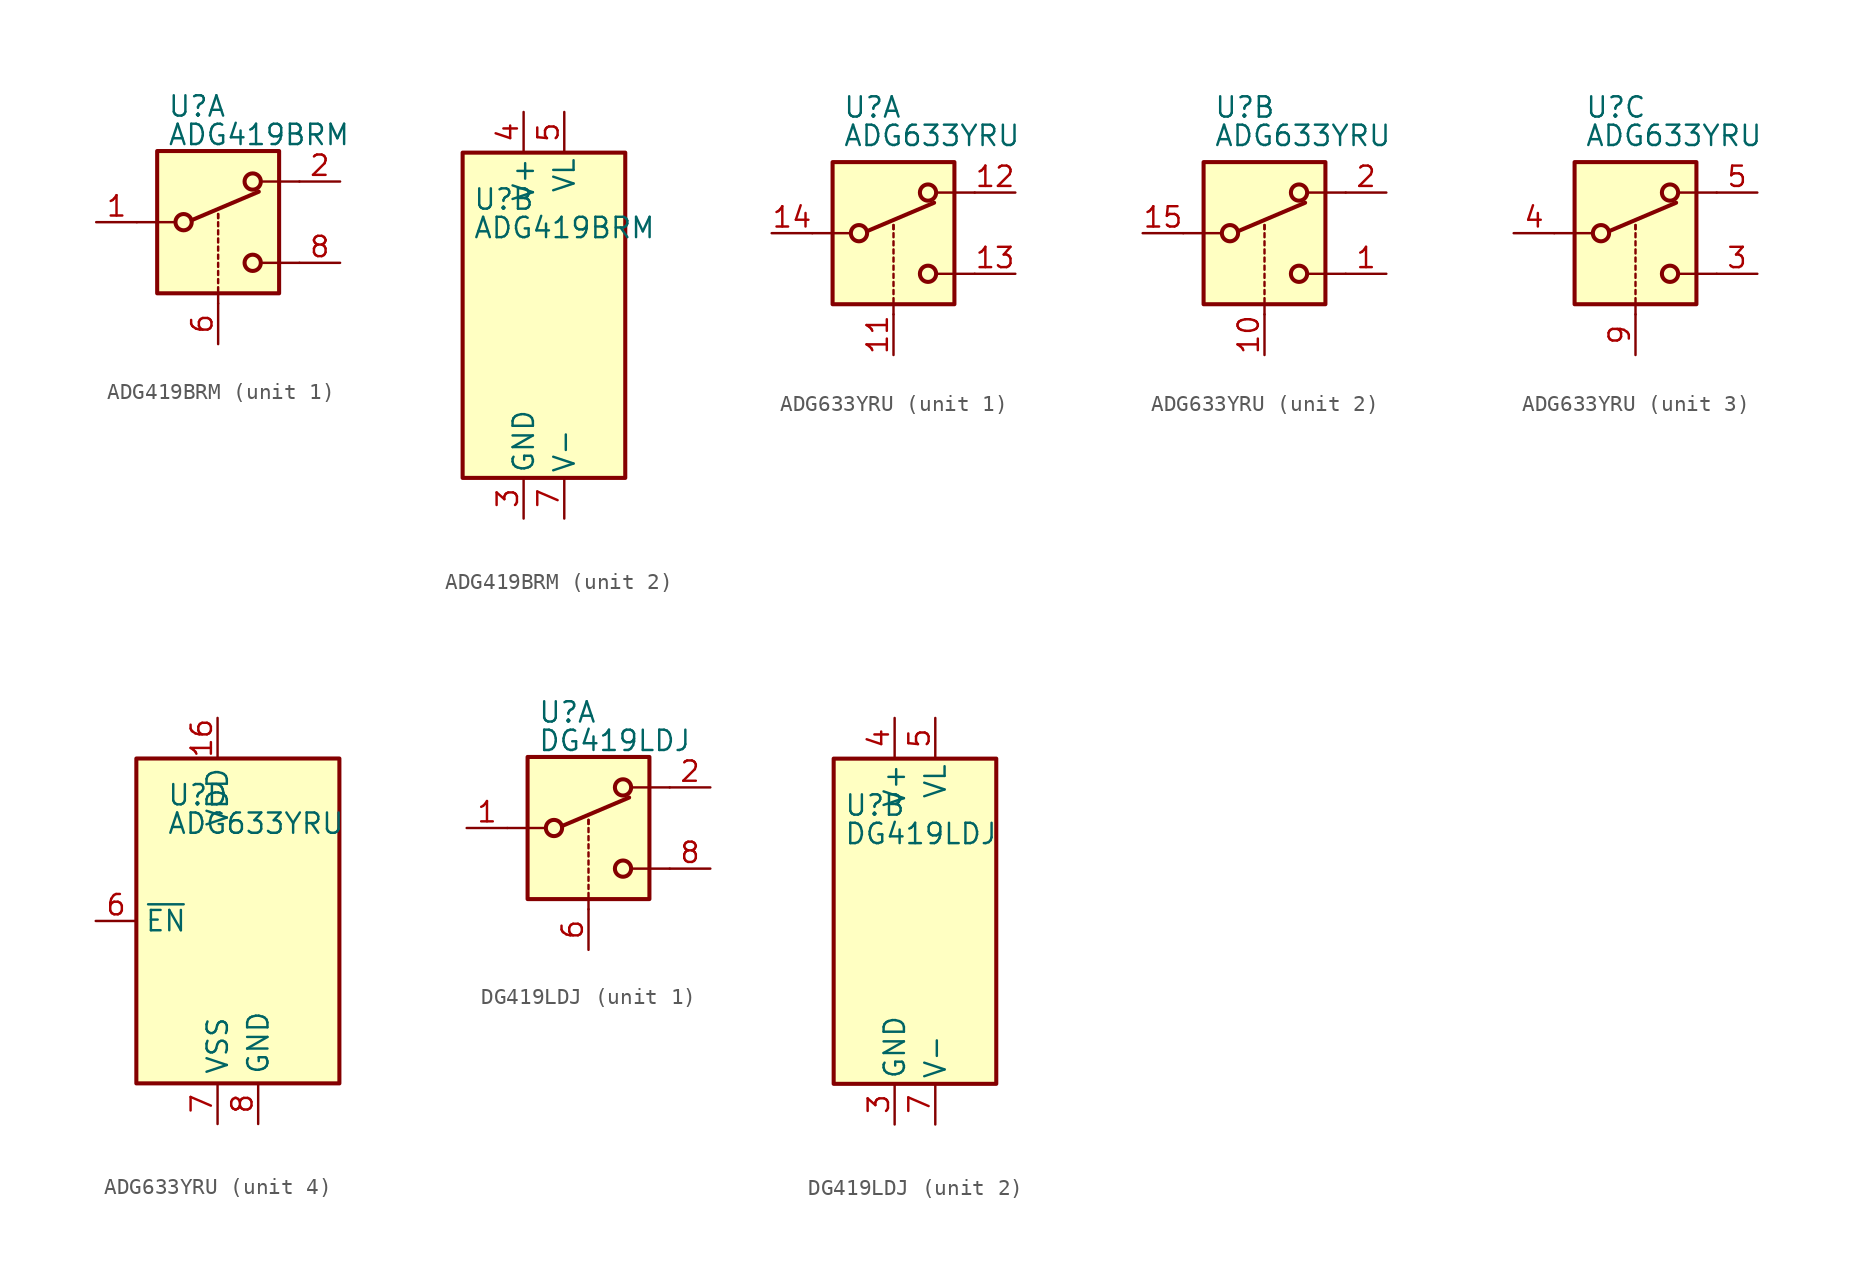
<source format=kicad_sym>
(kicad_symbol_lib
  (version 20231120)
  (generator "kicad_symbol_editor")
  (generator_version "8.0")
  (symbol "ADG419BRM"
    (pin_names
      (offset 0.254))
    (property "Reference" "U"
      (at -3.175 7.239 0)
      (effects (font (size 1.27 1.27)) (justify left)))
    (property "Value" "ADG419BRM"
      (at -3.175 5.461 0)
      (effects (font (size 1.27 1.27)) (justify left)))
    (symbol "ADG419BRM_1_1"
      (rectangle (start -3.81 4.445) (end 3.81 -4.445) (stroke (width 0.254) (type default)) (fill (type background)))
      (circle (center -2.159 0) (radius 0.508) (stroke (width 0.254) (type default)) (fill (type none)))
      (polyline (pts (xy -5.08 0) (xy -2.794 0)) (stroke (width 0) (type default)) (fill (type none)))
      (polyline (pts (xy -1.651 0.127) (xy 2.54 1.905)) (stroke (width 0.254) (type default)) (fill (type none)))
      (polyline (pts (xy 0 -5.08) (xy 0 -4.572)) (stroke (width 0) (type default)) (fill (type none)))
      (polyline (pts (xy 0 -4.318) (xy 0 -4.064)) (stroke (width 0) (type default)) (fill (type none)))
      (polyline (pts (xy 0 -3.81) (xy 0 -3.556)) (stroke (width 0) (type default)) (fill (type none)))
      (polyline (pts (xy 0 -3.302) (xy 0 -3.048)) (stroke (width 0) (type default)) (fill (type none)))
      (polyline (pts (xy 0 -2.794) (xy 0 -2.54)) (stroke (width 0) (type default)) (fill (type none)))
      (polyline (pts (xy 0 -2.286) (xy 0 -2.032)) (stroke (width 0) (type default)) (fill (type none)))
      (polyline (pts (xy 0 -1.778) (xy 0 -1.524)) (stroke (width 0) (type default)) (fill (type none)))
      (polyline (pts (xy 0 -1.27) (xy 0 -1.016)) (stroke (width 0) (type default)) (fill (type none)))
      (polyline (pts (xy 0 -0.762) (xy 0 -0.508)) (stroke (width 0) (type default)) (fill (type none)))
      (polyline (pts (xy 0 -0.254) (xy 0 0)) (stroke (width 0) (type default)) (fill (type none)))
      (polyline (pts (xy 0 0.254) (xy 0 0.508)) (stroke (width 0) (type default)) (fill (type none)))
      (polyline (pts (xy 0 0.254) (xy 0 0.508)) (stroke (width 0) (type default)) (fill (type none)))
      (polyline (pts (xy 5.08 -2.54) (xy 2.794 -2.54)) (stroke (width 0) (type default)) (fill (type none)))
      (polyline (pts (xy 5.08 2.54) (xy 2.794 2.54)) (stroke (width 0) (type default)) (fill (type none)))
      (circle (center 2.159 -2.54) (radius 0.508) (stroke (width 0.254) (type default)) (fill (type none)))
      (circle (center 2.159 2.54) (radius 0.508) (stroke (width 0.254) (type default)) (fill (type none)))
      (pin passive line (at -7.62 0 0) (length 2.54) (name "~" (effects (font (size 1.27 1.27)))) (number "1" (effects (font (size 1.27 1.27)))))
      (pin passive line (at 7.62 2.54 180) (length 2.54) (name "~" (effects (font (size 1.27 1.27)))) (number "2" (effects (font (size 1.27 1.27)))))
      (pin input line (at 0 -7.62 90) (length 2.54) (name "~" (effects (font (size 1.27 1.27)))) (number "6" (effects (font (size 1.27 1.27)))))
      (pin passive line (at 7.62 -2.54 180) (length 2.54) (name "~" (effects (font (size 1.27 1.27)))) (number "8" (effects (font (size 1.27 1.27))))))
    (symbol "ADG419BRM_2_0"
      (pin power_in line (at 0 -12.7 90) (length 2.54) (name "GND" (effects (font (size 1.27 1.27)))) (number "3" (effects (font (size 1.27 1.27)))))
      (pin power_in line (at 0 12.7 270) (length 2.54) (name "V+" (effects (font (size 1.27 1.27)))) (number "4" (effects (font (size 1.27 1.27)))))
      (pin power_in line (at 2.54 12.7 270) (length 2.54) (name "VL" (effects (font (size 1.27 1.27)))) (number "5" (effects (font (size 1.27 1.27)))))
      (pin power_in line (at 2.54 -12.7 90) (length 2.54) (name "V-" (effects (font (size 1.27 1.27)))) (number "7" (effects (font (size 1.27 1.27))))))
    (symbol "ADG419BRM_2_1"
      (rectangle (start -3.81 10.16) (end 6.35 -10.16) (stroke (width 0.254) (type default)) (fill (type background)))))
  (symbol "ADG633YRU"
    (property "Reference" "U"
      (at -3.175 7.874 0)
      (effects (font (size 1.27 1.27)) (justify left)))
    (property "Value" "ADG633YRU"
      (at -3.175 6.096 0)
      (effects (font (size 1.27 1.27)) (justify left)))
    (symbol "ADG633YRU_1_1"
      (rectangle (start -3.81 4.445) (end 3.81 -4.445) (stroke (width 0.254) (type default)) (fill (type background)))
      (circle (center -2.159 0) (radius 0.508) (stroke (width 0.254) (type default)) (fill (type none)))
      (polyline (pts (xy -5.08 0) (xy -2.794 0)) (stroke (width 0) (type default)) (fill (type none)))
      (polyline (pts (xy -1.651 0.127) (xy 2.54 1.905)) (stroke (width 0.254) (type default)) (fill (type none)))
      (polyline (pts (xy 0 -5.08) (xy 0 -4.572)) (stroke (width 0) (type default)) (fill (type none)))
      (polyline (pts (xy 0 -4.318) (xy 0 -4.064)) (stroke (width 0) (type default)) (fill (type none)))
      (polyline (pts (xy 0 -3.81) (xy 0 -3.556)) (stroke (width 0) (type default)) (fill (type none)))
      (polyline (pts (xy 0 -3.302) (xy 0 -3.048)) (stroke (width 0) (type default)) (fill (type none)))
      (polyline (pts (xy 0 -2.794) (xy 0 -2.54)) (stroke (width 0) (type default)) (fill (type none)))
      (polyline (pts (xy 0 -2.286) (xy 0 -2.032)) (stroke (width 0) (type default)) (fill (type none)))
      (polyline (pts (xy 0 -1.778) (xy 0 -1.524)) (stroke (width 0) (type default)) (fill (type none)))
      (polyline (pts (xy 0 -1.27) (xy 0 -1.016)) (stroke (width 0) (type default)) (fill (type none)))
      (polyline (pts (xy 0 -0.762) (xy 0 -0.508)) (stroke (width 0) (type default)) (fill (type none)))
      (polyline (pts (xy 0 -0.254) (xy 0 0)) (stroke (width 0) (type default)) (fill (type none)))
      (polyline (pts (xy 0 0.254) (xy 0 0.508)) (stroke (width 0) (type default)) (fill (type none)))
      (polyline (pts (xy 0 0.254) (xy 0 0.508)) (stroke (width 0) (type default)) (fill (type none)))
      (polyline (pts (xy 5.08 -2.54) (xy 2.794 -2.54)) (stroke (width 0) (type default)) (fill (type none)))
      (polyline (pts (xy 5.08 2.54) (xy 2.794 2.54)) (stroke (width 0) (type default)) (fill (type none)))
      (circle (center 2.159 -2.54) (radius 0.508) (stroke (width 0.254) (type default)) (fill (type none)))
      (circle (center 2.159 2.54) (radius 0.508) (stroke (width 0.254) (type default)) (fill (type none)))
      (pin input line (at 0 -7.62 90) (length 2.54) (name "~" (effects (font (size 1.27 1.27)))) (number "11" (effects (font (size 1.27 1.27)))))
      (pin passive line (at 7.62 2.54 180) (length 2.54) (name "~" (effects (font (size 1.27 1.27)))) (number "12" (effects (font (size 1.27 1.27)))))
      (pin passive line (at 7.62 -2.54 180) (length 2.54) (name "~" (effects (font (size 1.27 1.27)))) (number "13" (effects (font (size 1.27 1.27)))))
      (pin passive line (at -7.62 0 0) (length 2.54) (name "~" (effects (font (size 1.27 1.27)))) (number "14" (effects (font (size 1.27 1.27))))))
    (symbol "ADG633YRU_2_1"
      (rectangle (start -3.81 4.445) (end 3.81 -4.445) (stroke (width 0.254) (type default)) (fill (type background)))
      (circle (center -2.159 0) (radius 0.508) (stroke (width 0.254) (type default)) (fill (type none)))
      (polyline (pts (xy -5.08 0) (xy -2.794 0)) (stroke (width 0) (type default)) (fill (type none)))
      (polyline (pts (xy -1.651 0.127) (xy 2.54 1.905)) (stroke (width 0.254) (type default)) (fill (type none)))
      (polyline (pts (xy 0 -5.08) (xy 0 -4.572)) (stroke (width 0) (type default)) (fill (type none)))
      (polyline (pts (xy 0 -4.318) (xy 0 -4.064)) (stroke (width 0) (type default)) (fill (type none)))
      (polyline (pts (xy 0 -3.81) (xy 0 -3.556)) (stroke (width 0) (type default)) (fill (type none)))
      (polyline (pts (xy 0 -3.302) (xy 0 -3.048)) (stroke (width 0) (type default)) (fill (type none)))
      (polyline (pts (xy 0 -2.794) (xy 0 -2.54)) (stroke (width 0) (type default)) (fill (type none)))
      (polyline (pts (xy 0 -2.286) (xy 0 -2.032)) (stroke (width 0) (type default)) (fill (type none)))
      (polyline (pts (xy 0 -1.778) (xy 0 -1.524)) (stroke (width 0) (type default)) (fill (type none)))
      (polyline (pts (xy 0 -1.27) (xy 0 -1.016)) (stroke (width 0) (type default)) (fill (type none)))
      (polyline (pts (xy 0 -0.762) (xy 0 -0.508)) (stroke (width 0) (type default)) (fill (type none)))
      (polyline (pts (xy 0 -0.254) (xy 0 0)) (stroke (width 0) (type default)) (fill (type none)))
      (polyline (pts (xy 0 0.254) (xy 0 0.508)) (stroke (width 0) (type default)) (fill (type none)))
      (polyline (pts (xy 0 0.254) (xy 0 0.508)) (stroke (width 0) (type default)) (fill (type none)))
      (polyline (pts (xy 5.08 -2.54) (xy 2.794 -2.54)) (stroke (width 0) (type default)) (fill (type none)))
      (polyline (pts (xy 5.08 2.54) (xy 2.794 2.54)) (stroke (width 0) (type default)) (fill (type none)))
      (circle (center 2.159 -2.54) (radius 0.508) (stroke (width 0.254) (type default)) (fill (type none)))
      (circle (center 2.159 2.54) (radius 0.508) (stroke (width 0.254) (type default)) (fill (type none)))
      (pin passive line (at 7.62 -2.54 180) (length 2.54) (name "~" (effects (font (size 1.27 1.27)))) (number "1" (effects (font (size 1.27 1.27)))))
      (pin input line (at 0 -7.62 90) (length 2.54) (name "~" (effects (font (size 1.27 1.27)))) (number "10" (effects (font (size 1.27 1.27)))))
      (pin passive line (at -7.62 0 0) (length 2.54) (name "~" (effects (font (size 1.27 1.27)))) (number "15" (effects (font (size 1.27 1.27)))))
      (pin passive line (at 7.62 2.54 180) (length 2.54) (name "~" (effects (font (size 1.27 1.27)))) (number "2" (effects (font (size 1.27 1.27))))))
    (symbol "ADG633YRU_3_1"
      (rectangle (start -3.81 4.445) (end 3.81 -4.445) (stroke (width 0.254) (type default)) (fill (type background)))
      (circle (center -2.159 0) (radius 0.508) (stroke (width 0.254) (type default)) (fill (type none)))
      (polyline (pts (xy -5.08 0) (xy -2.794 0)) (stroke (width 0) (type default)) (fill (type none)))
      (polyline (pts (xy -1.651 0.127) (xy 2.54 1.905)) (stroke (width 0.254) (type default)) (fill (type none)))
      (polyline (pts (xy 0 -5.08) (xy 0 -4.572)) (stroke (width 0) (type default)) (fill (type none)))
      (polyline (pts (xy 0 -4.318) (xy 0 -4.064)) (stroke (width 0) (type default)) (fill (type none)))
      (polyline (pts (xy 0 -3.81) (xy 0 -3.556)) (stroke (width 0) (type default)) (fill (type none)))
      (polyline (pts (xy 0 -3.302) (xy 0 -3.048)) (stroke (width 0) (type default)) (fill (type none)))
      (polyline (pts (xy 0 -2.794) (xy 0 -2.54)) (stroke (width 0) (type default)) (fill (type none)))
      (polyline (pts (xy 0 -2.286) (xy 0 -2.032)) (stroke (width 0) (type default)) (fill (type none)))
      (polyline (pts (xy 0 -1.778) (xy 0 -1.524)) (stroke (width 0) (type default)) (fill (type none)))
      (polyline (pts (xy 0 -1.27) (xy 0 -1.016)) (stroke (width 0) (type default)) (fill (type none)))
      (polyline (pts (xy 0 -0.762) (xy 0 -0.508)) (stroke (width 0) (type default)) (fill (type none)))
      (polyline (pts (xy 0 -0.254) (xy 0 0)) (stroke (width 0) (type default)) (fill (type none)))
      (polyline (pts (xy 0 0.254) (xy 0 0.508)) (stroke (width 0) (type default)) (fill (type none)))
      (polyline (pts (xy 0 0.254) (xy 0 0.508)) (stroke (width 0) (type default)) (fill (type none)))
      (polyline (pts (xy 5.08 -2.54) (xy 2.794 -2.54)) (stroke (width 0) (type default)) (fill (type none)))
      (polyline (pts (xy 5.08 2.54) (xy 2.794 2.54)) (stroke (width 0) (type default)) (fill (type none)))
      (circle (center 2.159 -2.54) (radius 0.508) (stroke (width 0.254) (type default)) (fill (type none)))
      (circle (center 2.159 2.54) (radius 0.508) (stroke (width 0.254) (type default)) (fill (type none)))
      (pin passive line (at 7.62 -2.54 180) (length 2.54) (name "~" (effects (font (size 1.27 1.27)))) (number "3" (effects (font (size 1.27 1.27)))))
      (pin passive line (at -7.62 0 0) (length 2.54) (name "~" (effects (font (size 1.27 1.27)))) (number "4" (effects (font (size 1.27 1.27)))))
      (pin passive line (at 7.62 2.54 180) (length 2.54) (name "~" (effects (font (size 1.27 1.27)))) (number "5" (effects (font (size 1.27 1.27)))))
      (pin input line (at 0 -7.62 90) (length 2.54) (name "~" (effects (font (size 1.27 1.27)))) (number "9" (effects (font (size 1.27 1.27))))))
    (symbol "ADG633YRU_4_0"
      (pin power_in line (at 0 12.7 270) (length 2.54) (name "VDD" (effects (font (size 1.27 1.27)))) (number "16" (effects (font (size 1.27 1.27)))))
      (pin input line (at -7.62 0 0) (length 2.54) (name "~{EN}" (effects (font (size 1.27 1.27)))) (number "6" (effects (font (size 1.27 1.27)))))
      (pin power_in line (at 0 -12.7 90) (length 2.54) (name "VSS" (effects (font (size 1.27 1.27)))) (number "7" (effects (font (size 1.27 1.27)))))
      (pin power_in line (at 2.54 -12.7 90) (length 2.54) (name "GND" (effects (font (size 1.27 1.27)))) (number "8" (effects (font (size 1.27 1.27))))))
    (symbol "ADG633YRU_4_1"
      (rectangle (start -5.08 10.16) (end 7.62 -10.16) (stroke (width 0.254) (type default)) (fill (type background)))))
  (symbol "DG419LDJ"
    (pin_names
      (offset 0.254))
    (property "Reference" "U"
      (at -3.175 7.239 0)
      (effects (font (size 1.27 1.27)) (justify left)))
    (property "Value" "DG419LDJ"
      (at -3.175 5.461 0)
      (effects (font (size 1.27 1.27)) (justify left)))
    (symbol "DG419LDJ_1_1"
      (rectangle (start -3.81 4.445) (end 3.81 -4.445) (stroke (width 0.254) (type default)) (fill (type background)))
      (circle (center -2.159 0) (radius 0.508) (stroke (width 0.254) (type default)) (fill (type none)))
      (polyline (pts (xy -5.08 0) (xy -2.794 0)) (stroke (width 0) (type default)) (fill (type none)))
      (polyline (pts (xy -1.651 0.127) (xy 2.54 1.905)) (stroke (width 0.254) (type default)) (fill (type none)))
      (polyline (pts (xy 0 -5.08) (xy 0 -4.572)) (stroke (width 0) (type default)) (fill (type none)))
      (polyline (pts (xy 0 -4.318) (xy 0 -4.064)) (stroke (width 0) (type default)) (fill (type none)))
      (polyline (pts (xy 0 -3.81) (xy 0 -3.556)) (stroke (width 0) (type default)) (fill (type none)))
      (polyline (pts (xy 0 -3.302) (xy 0 -3.048)) (stroke (width 0) (type default)) (fill (type none)))
      (polyline (pts (xy 0 -2.794) (xy 0 -2.54)) (stroke (width 0) (type default)) (fill (type none)))
      (polyline (pts (xy 0 -2.286) (xy 0 -2.032)) (stroke (width 0) (type default)) (fill (type none)))
      (polyline (pts (xy 0 -1.778) (xy 0 -1.524)) (stroke (width 0) (type default)) (fill (type none)))
      (polyline (pts (xy 0 -1.27) (xy 0 -1.016)) (stroke (width 0) (type default)) (fill (type none)))
      (polyline (pts (xy 0 -0.762) (xy 0 -0.508)) (stroke (width 0) (type default)) (fill (type none)))
      (polyline (pts (xy 0 -0.254) (xy 0 0)) (stroke (width 0) (type default)) (fill (type none)))
      (polyline (pts (xy 0 0.254) (xy 0 0.508)) (stroke (width 0) (type default)) (fill (type none)))
      (polyline (pts (xy 0 0.254) (xy 0 0.508)) (stroke (width 0) (type default)) (fill (type none)))
      (polyline (pts (xy 5.08 -2.54) (xy 2.794 -2.54)) (stroke (width 0) (type default)) (fill (type none)))
      (polyline (pts (xy 5.08 2.54) (xy 2.794 2.54)) (stroke (width 0) (type default)) (fill (type none)))
      (circle (center 2.159 -2.54) (radius 0.508) (stroke (width 0.254) (type default)) (fill (type none)))
      (circle (center 2.159 2.54) (radius 0.508) (stroke (width 0.254) (type default)) (fill (type none)))
      (pin passive line (at -7.62 0 0) (length 2.54) (name "~" (effects (font (size 1.27 1.27)))) (number "1" (effects (font (size 1.27 1.27)))))
      (pin passive line (at 7.62 2.54 180) (length 2.54) (name "~" (effects (font (size 1.27 1.27)))) (number "2" (effects (font (size 1.27 1.27)))))
      (pin input line (at 0 -7.62 90) (length 2.54) (name "~" (effects (font (size 1.27 1.27)))) (number "6" (effects (font (size 1.27 1.27)))))
      (pin passive line (at 7.62 -2.54 180) (length 2.54) (name "~" (effects (font (size 1.27 1.27)))) (number "8" (effects (font (size 1.27 1.27))))))
    (symbol "DG419LDJ_2_0"
      (pin power_in line (at 0 -12.7 90) (length 2.54) (name "GND" (effects (font (size 1.27 1.27)))) (number "3" (effects (font (size 1.27 1.27)))))
      (pin power_in line (at 0 12.7 270) (length 2.54) (name "V+" (effects (font (size 1.27 1.27)))) (number "4" (effects (font (size 1.27 1.27)))))
      (pin power_in line (at 2.54 12.7 270) (length 2.54) (name "VL" (effects (font (size 1.27 1.27)))) (number "5" (effects (font (size 1.27 1.27)))))
      (pin power_in line (at 2.54 -12.7 90) (length 2.54) (name "V-" (effects (font (size 1.27 1.27)))) (number "7" (effects (font (size 1.27 1.27))))))
    (symbol "DG419LDJ_2_1"
      (rectangle (start -3.81 10.16) (end 6.35 -10.16) (stroke (width 0.254) (type default)) (fill (type background))))))
</source>
